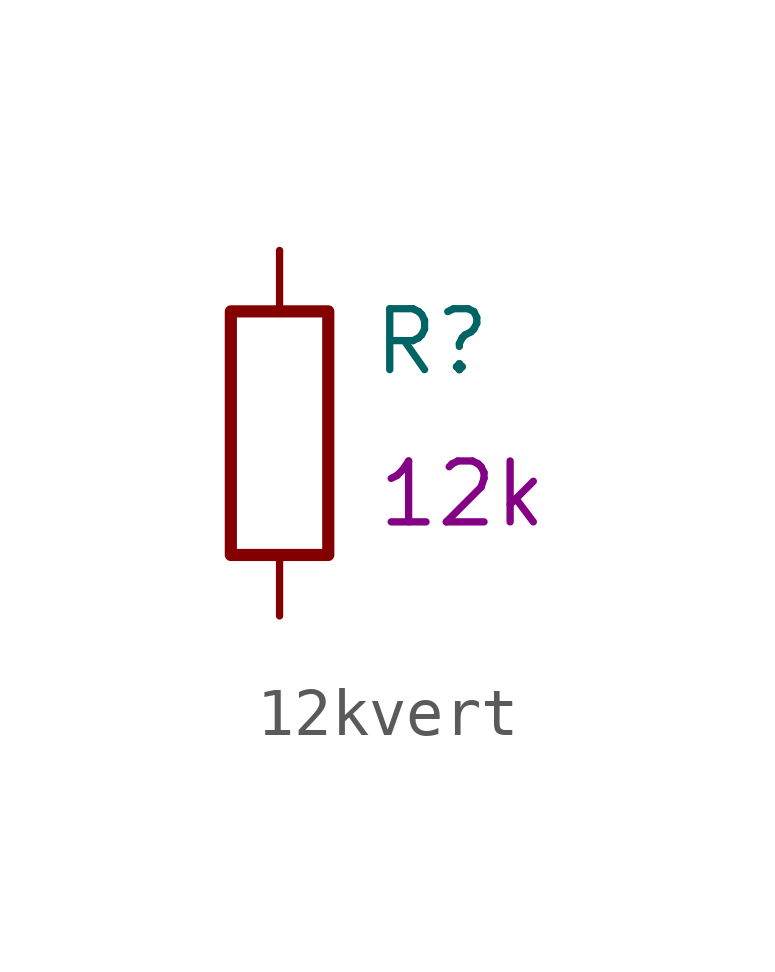
<source format=kicad_sym>
(kicad_symbol_lib
  (version 20210619)
  (generator kicad_symbol_editor)
  (symbol "my_Library:12kvert"
    (pin_numbers hide)
    (pin_names
      (offset 0))
    (property "Reference" "R"
      (at 3.175 1.905 0)
      (effects (font (size 1.27 1.27))))
    (property "volume" "12k"
      (at 3.81 -1.27 0)
      (effects (font (size 1.27 1.27))))
    (property "Field5" ""
      (at 0 0 0)
      (effects (font (size 1.27 1.27))))
    (symbol "12kvert_0_1"
      (rectangle (start -1.016 -2.54) (end 1.016 2.54) (stroke (width 0.254)) (fill (type none))))
    (symbol "12kvert_1_1"
      (pin passive line (at 0 3.81 270) (length 1.27) (name "~" (effects (font (size 1.27 1.27)))) (number "1" (effects (font (size 1.27 1.27)))))
      (pin passive line (at 0 -3.81 90) (length 1.27) (name "~" (effects (font (size 1.27 1.27)))) (number "2" (effects (font (size 1.27 1.27))))))))
</source>
